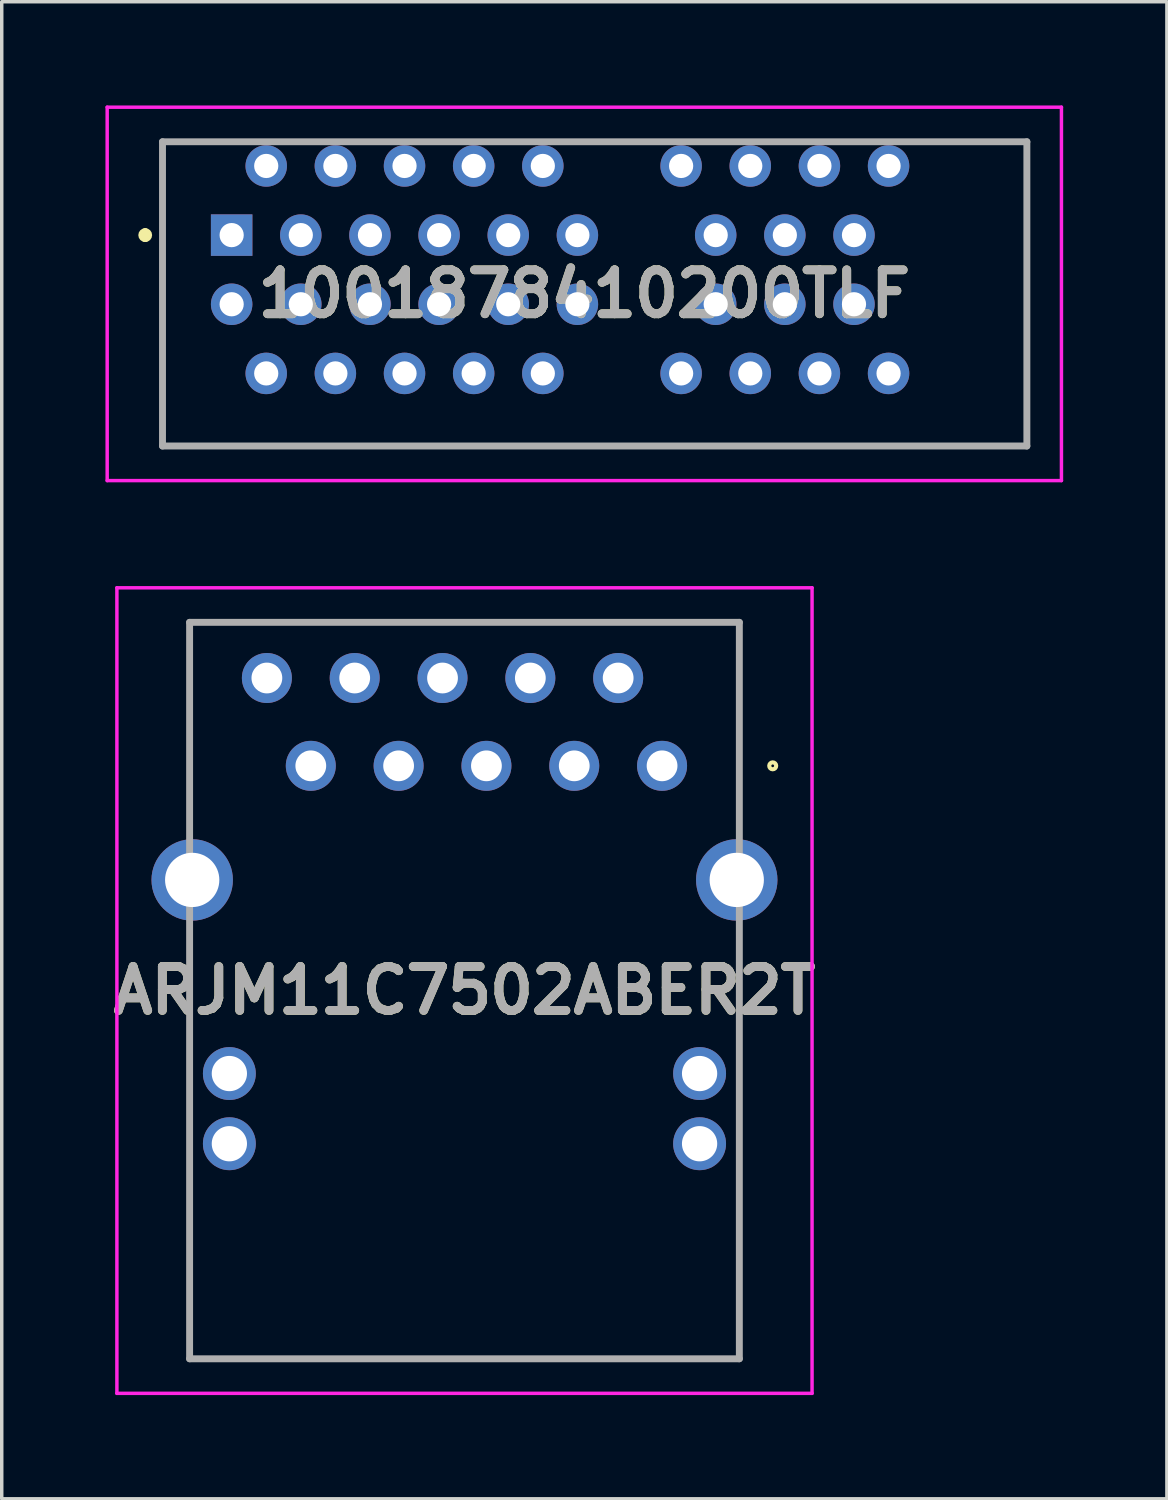
<source format=kicad_pcb>
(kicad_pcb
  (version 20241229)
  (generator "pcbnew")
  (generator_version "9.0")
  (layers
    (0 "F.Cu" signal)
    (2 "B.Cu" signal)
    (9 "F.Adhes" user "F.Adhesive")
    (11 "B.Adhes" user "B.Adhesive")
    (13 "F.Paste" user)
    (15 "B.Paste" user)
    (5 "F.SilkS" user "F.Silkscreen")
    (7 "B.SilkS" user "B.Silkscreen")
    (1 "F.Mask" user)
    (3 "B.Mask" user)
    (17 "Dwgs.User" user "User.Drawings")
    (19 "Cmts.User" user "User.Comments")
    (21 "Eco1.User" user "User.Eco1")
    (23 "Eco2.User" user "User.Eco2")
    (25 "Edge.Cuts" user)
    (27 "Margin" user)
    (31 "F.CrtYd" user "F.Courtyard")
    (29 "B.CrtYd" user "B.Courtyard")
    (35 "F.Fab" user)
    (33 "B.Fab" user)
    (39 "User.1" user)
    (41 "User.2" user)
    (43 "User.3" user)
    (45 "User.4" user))
  (footprint "ARJM11C7502ABER2T"
    (layer "F.Cu")
    (at 16.099 19.1)
    (property "Reference" "ARJM11C7502ABER2T" (at -5.715 6.5 0) (layer "F.SilkS") (effects (font (size 1.27 1.27) (thickness 0.254))))
    (attr through_hole)
    (fp_line (start -13.665 -4.15) (end -13.665 -4.15) (stroke (width 0.1) (type solid)) (layer "F.SilkS"))
    (fp_line (start -13.665 -4.15) (end -13.665 -4.15) (stroke (width 0.1) (type solid)) (layer "F.SilkS"))
    (fp_line (start -13.665 -4.15) (end -13.665 1.5) (stroke (width 0.1) (type solid)) (layer "F.SilkS"))
    (fp_line (start -13.665 -4.15) (end 2.25 -4.15) (stroke (width 0.1) (type solid)) (layer "F.SilkS"))
    (fp_line (start -13.665 1.5) (end -13.665 -4.15) (stroke (width 0.1) (type solid)) (layer "F.SilkS"))
    (fp_line (start -13.665 1.5) (end -13.665 1.5) (stroke (width 0.1) (type solid)) (layer "F.SilkS"))
    (fp_line (start -13.665 5.25) (end -13.665 5.25) (stroke (width 0.1) (type solid)) (layer "F.SilkS"))
    (fp_line (start -13.665 5.25) (end -13.665 17.15) (stroke (width 0.1) (type solid)) (layer "F.SilkS"))
    (fp_line (start -13.665 17.15) (end -13.665 5.25) (stroke (width 0.1) (type solid)) (layer "F.SilkS"))
    (fp_line (start -13.665 17.15) (end -13.665 17.15) (stroke (width 0.1) (type solid)) (layer "F.SilkS"))
    (fp_line (start -13.665 17.15) (end -13.665 17.15) (stroke (width 0.1) (type solid)) (layer "F.SilkS"))
    (fp_line (start -13.665 17.15) (end 2.25 17.15) (stroke (width 0.1) (type solid)) (layer "F.SilkS"))
    (fp_line (start 2.235 -4.15) (end 2.235 -4.15) (stroke (width 0.1) (type solid)) (layer "F.SilkS"))
    (fp_line (start 2.235 -4.15) (end 2.235 1.5) (stroke (width 0.1) (type solid)) (layer "F.SilkS"))
    (fp_line (start 2.235 1.5) (end 2.235 -4.15) (stroke (width 0.1) (type solid)) (layer "F.SilkS"))
    (fp_line (start 2.235 1.5) (end 2.235 1.5) (stroke (width 0.1) (type solid)) (layer "F.SilkS"))
    (fp_line (start 2.235 5.25) (end 2.235 5.25) (stroke (width 0.1) (type solid)) (layer "F.SilkS"))
    (fp_line (start 2.235 5.25) (end 2.235 17.15) (stroke (width 0.1) (type solid)) (layer "F.SilkS"))
    (fp_line (start 2.235 17.15) (end 2.235 5.25) (stroke (width 0.1) (type solid)) (layer "F.SilkS"))
    (fp_line (start 2.235 17.15) (end 2.235 17.15) (stroke (width 0.1) (type solid)) (layer "F.SilkS"))
    (fp_line (start 2.25 -4.15) (end -13.665 -4.15) (stroke (width 0.1) (type solid)) (layer "F.SilkS"))
    (fp_line (start 2.25 -4.15) (end 2.25 -4.15) (stroke (width 0.1) (type solid)) (layer "F.SilkS"))
    (fp_line (start 2.25 17.15) (end -13.665 17.15) (stroke (width 0.1) (type solid)) (layer "F.SilkS"))
    (fp_line (start 2.25 17.15) (end 2.25 17.15) (stroke (width 0.1) (type solid)) (layer "F.SilkS"))
    (fp_circle (center 3.2 0) (end 3.3 0) (stroke (width 0.12) (type solid)) (fill no) (layer "F.SilkS"))
    (fp_line (start -15.768 -5.15) (end 4.338 -5.15) (stroke (width 0.1) (type solid)) (layer "F.CrtYd"))
    (fp_line (start -15.768 18.15) (end -15.768 -5.15) (stroke (width 0.1) (type solid)) (layer "F.CrtYd"))
    (fp_line (start 4.338 -5.15) (end 4.338 18.15) (stroke (width 0.1) (type solid)) (layer "F.CrtYd"))
    (fp_line (start 4.338 18.15) (end -15.768 18.15) (stroke (width 0.1) (type solid)) (layer "F.CrtYd"))
    (fp_line (start -13.665 -4.15) (end -13.665 17.15) (stroke (width 0.2) (type solid)) (layer "F.Fab"))
    (fp_line (start -13.665 17.15) (end 2.235 17.15) (stroke (width 0.2) (type solid)) (layer "F.Fab"))
    (fp_line (start 2.235 -4.15) (end -13.665 -4.15) (stroke (width 0.2) (type solid)) (layer "F.Fab"))
    (fp_line (start 2.235 17.15) (end 2.235 -4.15) (stroke (width 0.2) (type solid)) (layer "F.Fab"))
    (fp_text user "${REFERENCE}" (at -5.715 6.5 0) (layer "F.Fab") (effects (font (size 1.27 1.27) (thickness 0.254))))
    (pad "" np_thru_hole circle (at -11.43 6.35) (size 0.001 0.001) (drill 3.25) (layers "*.Cu" "*.Mask"))
    (pad "" np_thru_hole circle (at 0 6.35) (size 0.001 0.001) (drill 3.25) (layers "*.Cu" "*.Mask"))
    (pad "1" thru_hole circle (at 0 0) (size 1.446 1.446) (drill 0.89) (layers "*.Cu" "*.Mask"))
    (pad "2" thru_hole circle (at -1.27 -2.54) (size 1.446 1.446) (drill 0.89) (layers "*.Cu" "*.Mask"))
    (pad "3" thru_hole circle (at -2.54 0) (size 1.446 1.446) (drill 0.89) (layers "*.Cu" "*.Mask"))
    (pad "4" thru_hole circle (at -3.81 -2.54) (size 1.446 1.446) (drill 0.89) (layers "*.Cu" "*.Mask"))
    (pad "5" thru_hole circle (at -5.08 0) (size 1.446 1.446) (drill 0.89) (layers "*.Cu" "*.Mask"))
    (pad "6" thru_hole circle (at -6.35 -2.54) (size 1.446 1.446) (drill 0.89) (layers "*.Cu" "*.Mask"))
    (pad "7" thru_hole circle (at -7.62 0) (size 1.446 1.446) (drill 0.89) (layers "*.Cu" "*.Mask"))
    (pad "8" thru_hole circle (at -8.89 -2.54) (size 1.446 1.446) (drill 0.89) (layers "*.Cu" "*.Mask"))
    (pad "9" thru_hole circle (at -10.16 0) (size 1.446 1.446) (drill 0.89) (layers "*.Cu" "*.Mask"))
    (pad "10" thru_hole circle (at -11.43 -2.54) (size 1.446 1.446) (drill 0.89) (layers "*.Cu" "*.Mask"))
    (pad "L1" thru_hole circle (at -12.515 8.9) (size 1.53 1.53) (drill 1.02) (layers "*.Cu" "*.Mask"))
    (pad "L2" thru_hole circle (at -12.515 10.93) (size 1.53 1.53) (drill 1.02) (layers "*.Cu" "*.Mask"))
    (pad "L3" thru_hole circle (at 1.085 8.9) (size 1.53 1.53) (drill 1.02) (layers "*.Cu" "*.Mask"))
    (pad "L4" thru_hole circle (at 1.085 10.93) (size 1.53 1.53) (drill 1.02) (layers "*.Cu" "*.Mask"))
    (pad "MH1" thru_hole circle (at 2.16 3.3) (size 2.355 2.355) (drill 1.57) (layers "*.Cu" "*.Mask"))
    (pad "MH2" thru_hole circle (at -13.59 3.3) (size 2.355 2.355) (drill 1.57) (layers "*.Cu" "*.Mask")))
  (footprint "1001878410200TLF"
    (layer "F.Cu")
    (at 13.65 4.75)
    (property "Reference" "1001878410200TLF" (at 0.2 0.7 0) (layer "F.SilkS") (effects (font (size 1.27 1.27) (thickness 0.254))))
    (attr through_hole)
    (fp_line (start -12.5 -1.1) (end -12.5 -1.1) (stroke (width 0.2) (type solid)) (layer "F.SilkS"))
    (fp_line (start -12.5 -0.9) (end -12.5 -0.9) (stroke (width 0.2) (type solid)) (layer "F.SilkS"))
    (fp_line (start -12 -3.7) (end -12 5.1) (stroke (width 0.1) (type solid)) (layer "F.SilkS"))
    (fp_line (start -12 5.1) (end 13 5.1) (stroke (width 0.1) (type solid)) (layer "F.SilkS"))
    (fp_line (start -10 -3.7) (end -12 -3.7) (stroke (width 0.1) (type solid)) (layer "F.SilkS"))
    (fp_line (start 13 -3.7) (end 10 -3.7) (stroke (width 0.1) (type solid)) (layer "F.SilkS"))
    (fp_line (start 13 5.1) (end 13 -3.7) (stroke (width 0.1) (type solid)) (layer "F.SilkS"))
    (fp_arc (start -12.5 -1.1) (mid -12.4 -1) (end -12.5 -0.9) (stroke (width 0.2) (type solid)) (layer "F.SilkS"))
    (fp_arc (start -12.5 -0.9) (mid -12.6 -1) (end -12.5 -1.1) (stroke (width 0.2) (type solid)) (layer "F.SilkS"))
    (fp_line (start -13.6 -4.7) (end 14 -4.7) (stroke (width 0.1) (type solid)) (layer "F.CrtYd"))
    (fp_line (start -13.6 6.1) (end -13.6 -4.7) (stroke (width 0.1) (type solid)) (layer "F.CrtYd"))
    (fp_line (start 14 -4.7) (end 14 6.1) (stroke (width 0.1) (type solid)) (layer "F.CrtYd"))
    (fp_line (start 14 6.1) (end -13.6 6.1) (stroke (width 0.1) (type solid)) (layer "F.CrtYd"))
    (fp_line (start -12 -3.7) (end 13 -3.7) (stroke (width 0.2) (type solid)) (layer "F.Fab"))
    (fp_line (start -12 5.1) (end -12 -3.7) (stroke (width 0.2) (type solid)) (layer "F.Fab"))
    (fp_line (start 13 -3.7) (end 13 5.1) (stroke (width 0.2) (type solid)) (layer "F.Fab"))
    (fp_line (start 13 5.1) (end -12 5.1) (stroke (width 0.2) (type solid)) (layer "F.Fab"))
    (fp_text user "${REFERENCE}" (at 0.2 0.7 0) (layer "F.Fab") (effects (font (size 1.27 1.27) (thickness 0.254))))
    (pad "" np_thru_hole circle (at 1.65 0) (size 0.001 0.001) (drill 2.35) (layers "*.Cu" "*.Mask"))
    (pad "" np_thru_hole circle (at 10.8 0) (size 0.001 0.001) (drill 2.35) (layers "*.Cu" "*.Mask"))
    (pad "A1" thru_hole rect (at -10 -1) (size 1.2 1.2) (drill 0.7) (layers "*.Cu" "*.Mask"))
    (pad "A2" thru_hole circle (at -9 -3) (size 1.2 1.2) (drill 0.7) (layers "*.Cu" "*.Mask"))
    (pad "A3" thru_hole circle (at -8 -1) (size 1.2 1.2) (drill 0.7) (layers "*.Cu" "*.Mask"))
    (pad "A4" thru_hole circle (at -7 -3) (size 1.2 1.2) (drill 0.7) (layers "*.Cu" "*.Mask"))
    (pad "A5" thru_hole circle (at -6 -1) (size 1.2 1.2) (drill 0.7) (layers "*.Cu" "*.Mask"))
    (pad "A6" thru_hole circle (at -5 -3) (size 1.2 1.2) (drill 0.7) (layers "*.Cu" "*.Mask"))
    (pad "A7" thru_hole circle (at -4 -1) (size 1.2 1.2) (drill 0.7) (layers "*.Cu" "*.Mask"))
    (pad "A8" thru_hole circle (at -3 -3) (size 1.2 1.2) (drill 0.7) (layers "*.Cu" "*.Mask"))
    (pad "A9" thru_hole circle (at -2 -1) (size 1.2 1.2) (drill 0.7) (layers "*.Cu" "*.Mask"))
    (pad "A10" thru_hole circle (at -1 -3) (size 1.2 1.2) (drill 0.7) (layers "*.Cu" "*.Mask"))
    (pad "A11" thru_hole circle (at 0 -1) (size 1.2 1.2) (drill 0.7) (layers "*.Cu" "*.Mask"))
    (pad "A12" thru_hole circle (at 3 -3) (size 1.2 1.2) (drill 0.7) (layers "*.Cu" "*.Mask"))
    (pad "A13" thru_hole circle (at 4 -1) (size 1.2 1.2) (drill 0.7) (layers "*.Cu" "*.Mask"))
    (pad "A14" thru_hole circle (at 5 -3) (size 1.2 1.2) (drill 0.7) (layers "*.Cu" "*.Mask"))
    (pad "A15" thru_hole circle (at 6 -1) (size 1.2 1.2) (drill 0.7) (layers "*.Cu" "*.Mask"))
    (pad "A16" thru_hole circle (at 7 -3) (size 1.2 1.2) (drill 0.7) (layers "*.Cu" "*.Mask"))
    (pad "A17" thru_hole circle (at 8 -1) (size 1.2 1.2) (drill 0.7) (layers "*.Cu" "*.Mask"))
    (pad "A18" thru_hole circle (at 9 -3) (size 1.2 1.2) (drill 0.7) (layers "*.Cu" "*.Mask"))
    (pad "B1" thru_hole circle (at -10 1) (size 1.2 1.2) (drill 0.7) (layers "*.Cu" "*.Mask"))
    (pad "B2" thru_hole circle (at -9 3) (size 1.2 1.2) (drill 0.7) (layers "*.Cu" "*.Mask"))
    (pad "B3" thru_hole circle (at -8 1) (size 1.2 1.2) (drill 0.7) (layers "*.Cu" "*.Mask"))
    (pad "B4" thru_hole circle (at -7 3) (size 1.2 1.2) (drill 0.7) (layers "*.Cu" "*.Mask"))
    (pad "B5" thru_hole circle (at -6 1) (size 1.2 1.2) (drill 0.7) (layers "*.Cu" "*.Mask"))
    (pad "B6" thru_hole circle (at -5 3) (size 1.2 1.2) (drill 0.7) (layers "*.Cu" "*.Mask"))
    (pad "B7" thru_hole circle (at -4 1) (size 1.2 1.2) (drill 0.7) (layers "*.Cu" "*.Mask"))
    (pad "B8" thru_hole circle (at -3 3) (size 1.2 1.2) (drill 0.7) (layers "*.Cu" "*.Mask"))
    (pad "B9" thru_hole circle (at -2 1) (size 1.2 1.2) (drill 0.7) (layers "*.Cu" "*.Mask"))
    (pad "B10" thru_hole circle (at -1 3) (size 1.2 1.2) (drill 0.7) (layers "*.Cu" "*.Mask"))
    (pad "B11" thru_hole circle (at 0 1) (size 1.2 1.2) (drill 0.7) (layers "*.Cu" "*.Mask"))
    (pad "B12" thru_hole circle (at 3 3) (size 1.2 1.2) (drill 0.7) (layers "*.Cu" "*.Mask"))
    (pad "B13" thru_hole circle (at 4 1) (size 1.2 1.2) (drill 0.7) (layers "*.Cu" "*.Mask"))
    (pad "B14" thru_hole circle (at 5 3) (size 1.2 1.2) (drill 0.7) (layers "*.Cu" "*.Mask"))
    (pad "B15" thru_hole circle (at 6 1) (size 1.2 1.2) (drill 0.7) (layers "*.Cu" "*.Mask"))
    (pad "B16" thru_hole circle (at 7 3) (size 1.2 1.2) (drill 0.7) (layers "*.Cu" "*.Mask"))
    (pad "B17" thru_hole circle (at 8 1) (size 1.2 1.2) (drill 0.7) (layers "*.Cu" "*.Mask"))
    (pad "B18" thru_hole circle (at 9 3) (size 1.2 1.2) (drill 0.7) (layers "*.Cu" "*.Mask")))
  (gr_rect
    (start -3 -3)
    (end 30.7 40.3)
    (stroke (width 0.1) (type default))
    (fill no)
    (layer "Edge.Cuts")))
</source>
